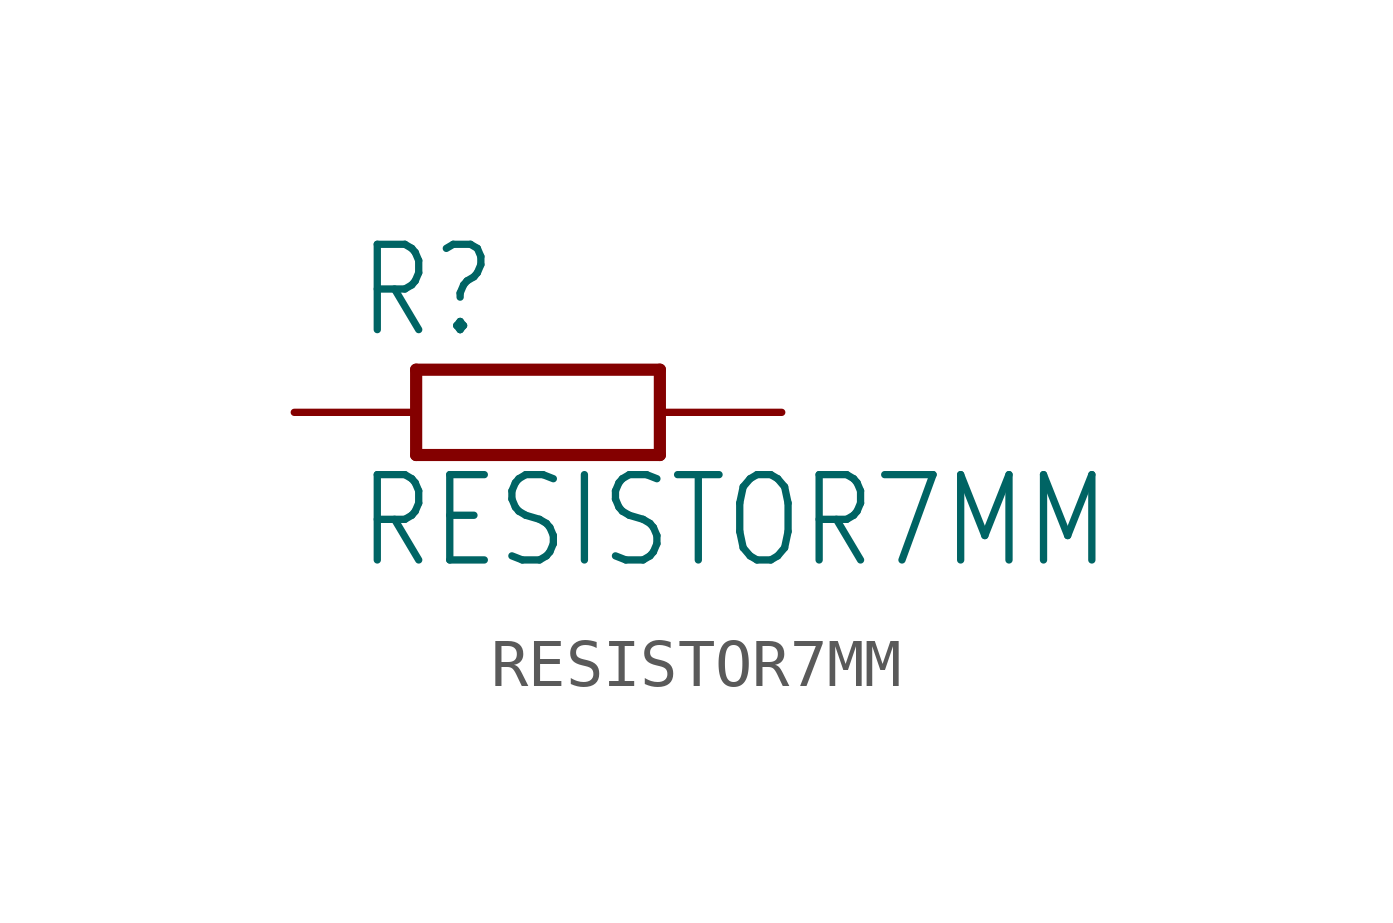
<source format=kicad_sym>
(kicad_symbol_lib
  (version 20211014)
  (generator kicad_symbol_editor)
  (symbol "RESISTOR7MM"
    (property "Reference" "R"
      (at -3.81 1.499 0)
      (effects (font (size 1.778 1.511)) (justify left bottom)))
    (property "Value" "RESISTOR7MM"
      (at -3.81 -3.302 0)
      (effects (font (size 1.778 1.511)) (justify left bottom)))
    (property "ki_locked" ""
      (at 0 0 0)
      (effects (font (size 1.27 1.27))))
    (symbol "RESISTOR7MM_1_0"
      (polyline (pts (xy -2.54 -0.889) (xy -2.54 0.889)) (stroke (width 0.254) (type default) (color 0 0 0 0)) (fill (type none)))
      (polyline (pts (xy -2.54 -0.889) (xy 2.54 -0.889)) (stroke (width 0.254) (type default) (color 0 0 0 0)) (fill (type none)))
      (polyline (pts (xy 2.54 -0.889) (xy 2.54 0.889)) (stroke (width 0.254) (type default) (color 0 0 0 0)) (fill (type none)))
      (polyline (pts (xy 2.54 0.889) (xy -2.54 0.889)) (stroke (width 0.254) (type default) (color 0 0 0 0)) (fill (type none)))
      (pin passive line (at -5.08 0 0) (length 2.54) (name "1" (effects (font (size 0 0)))) (number "1" (effects (font (size 0 0)))))
      (pin passive line (at 5.08 0 180) (length 2.54) (name "2" (effects (font (size 0 0)))) (number "2" (effects (font (size 0 0))))))))
</source>
